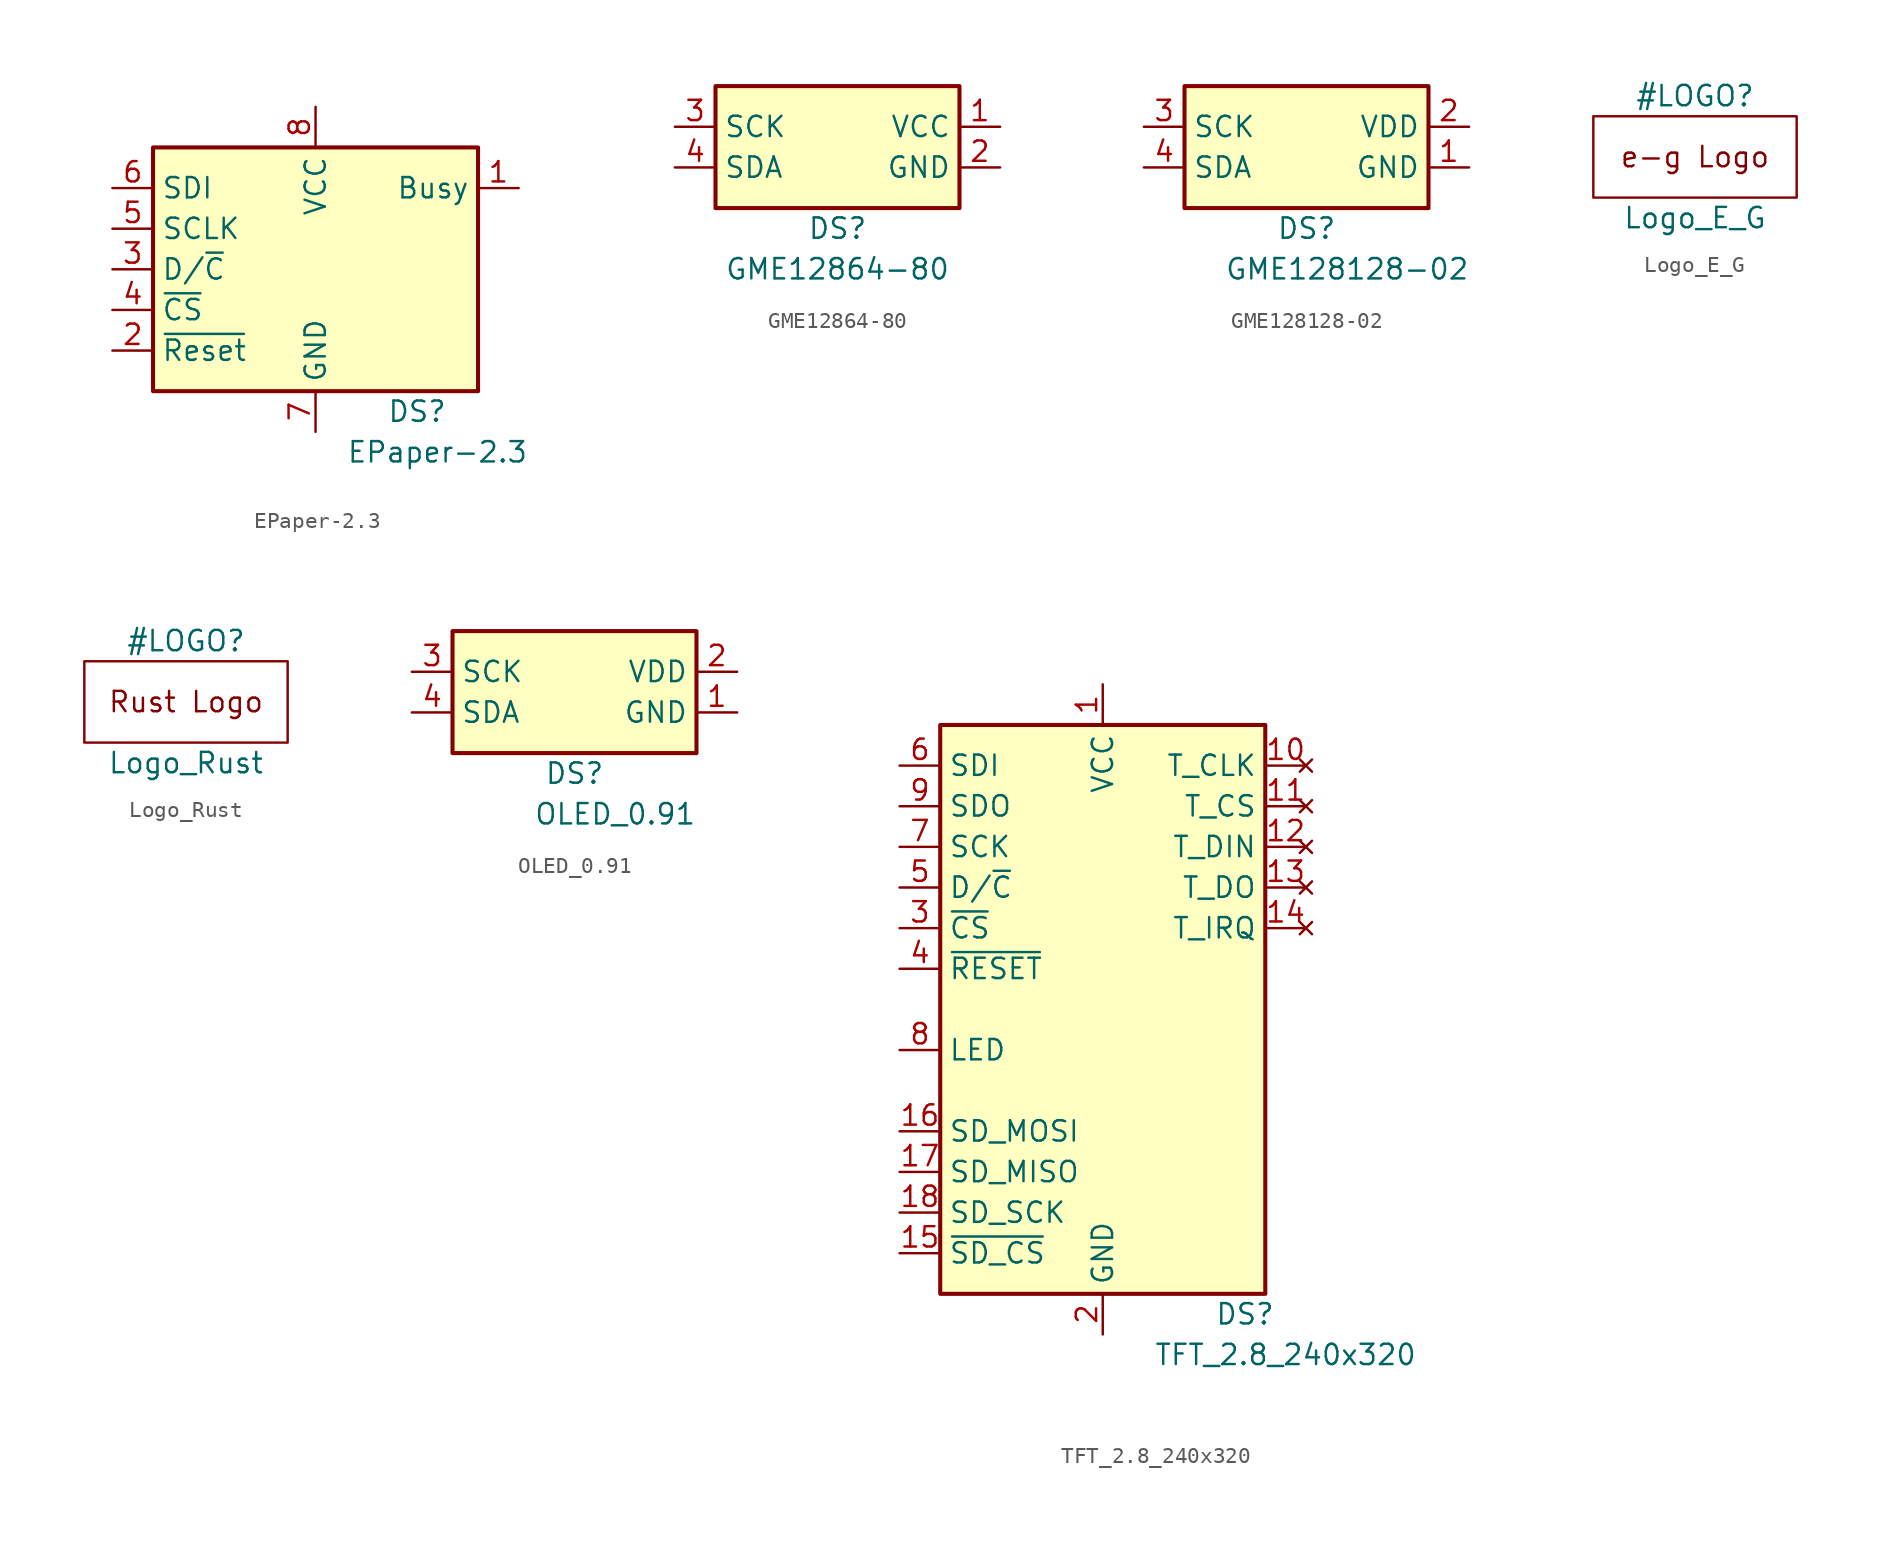
<source format=kicad_sym>
(kicad_symbol_lib
  (version 20211014)
  (generator kicad_symbol_editor)
  (symbol "EPaper-2.3"
    (property "Reference" "DS"
      (at 6.35 -8.89 0)
      (effects (font (size 1.27 1.27))))
    (property "Value" "EPaper-2.3"
      (at 7.62 -11.43 0)
      (effects (font (size 1.27 1.27))))
    (symbol "EPaper-2.3_0_1"
      (rectangle (start -10.16 7.62) (end 10.16 -7.62) (stroke (width 0.254) (type default) (color 0 0 0 0)) (fill (type background))))
    (symbol "EPaper-2.3_1_1"
      (pin output line (at 12.7 5.08 180) (length 2.54) (name "Busy" (effects (font (size 1.27 1.27)))) (number "1" (effects (font (size 1.27 1.27)))))
      (pin input line (at -12.7 -5.08 0) (length 2.54) (name "~{Reset}" (effects (font (size 1.27 1.27)))) (number "2" (effects (font (size 1.27 1.27)))))
      (pin input line (at -12.7 0 0) (length 2.54) (name "D/~{C}" (effects (font (size 1.27 1.27)))) (number "3" (effects (font (size 1.27 1.27)))))
      (pin input line (at -12.7 -2.54 0) (length 2.54) (name "~{CS}" (effects (font (size 1.27 1.27)))) (number "4" (effects (font (size 1.27 1.27)))))
      (pin input line (at -12.7 2.54 0) (length 2.54) (name "SCLK" (effects (font (size 1.27 1.27)))) (number "5" (effects (font (size 1.27 1.27)))))
      (pin input line (at -12.7 5.08 0) (length 2.54) (name "SDI" (effects (font (size 1.27 1.27)))) (number "6" (effects (font (size 1.27 1.27)))))
      (pin power_in line (at 0 -10.16 90) (length 2.54) (name "GND" (effects (font (size 1.27 1.27)))) (number "7" (effects (font (size 1.27 1.27)))))
      (pin power_in line (at 0 10.16 270) (length 2.54) (name "VCC" (effects (font (size 1.27 1.27)))) (number "8" (effects (font (size 1.27 1.27)))))))
  (symbol "GME12864-80"
    (property "Reference" "DS"
      (at 0 -3.81 0)
      (effects (font (size 1.27 1.27))))
    (property "Value" "GME12864-80"
      (at 0 -6.35 0)
      (effects (font (size 1.27 1.27))))
    (symbol "GME12864-80_0_1"
      (rectangle (start -7.62 5.08) (end 7.62 -2.54) (stroke (width 0.254) (type default) (color 0 0 0 0)) (fill (type background))))
    (symbol "GME12864-80_1_1"
      (pin power_in line (at 10.16 2.54 180) (length 2.54) (name "VCC" (effects (font (size 1.27 1.27)))) (number "1" (effects (font (size 1.27 1.27)))))
      (pin power_in line (at 10.16 0 180) (length 2.54) (name "GND" (effects (font (size 1.27 1.27)))) (number "2" (effects (font (size 1.27 1.27)))))
      (pin tri_state line (at -10.16 2.54 0) (length 2.54) (name "SCK" (effects (font (size 1.27 1.27)))) (number "3" (effects (font (size 1.27 1.27)))))
      (pin tri_state line (at -10.16 0 0) (length 2.54) (name "SDA" (effects (font (size 1.27 1.27)))) (number "4" (effects (font (size 1.27 1.27)))))))
  (symbol "GME128128-02"
    (property "Reference" "DS"
      (at 0 -3.81 0)
      (effects (font (size 1.27 1.27))))
    (property "Value" "GME128128-02"
      (at 2.54 -6.35 0)
      (effects (font (size 1.27 1.27))))
    (symbol "GME128128-02_0_1"
      (rectangle (start -7.62 5.08) (end 7.62 -2.54) (stroke (width 0.254) (type default) (color 0 0 0 0)) (fill (type background))))
    (symbol "GME128128-02_1_1"
      (pin power_in line (at 10.16 0 180) (length 2.54) (name "GND" (effects (font (size 1.27 1.27)))) (number "1" (effects (font (size 1.27 1.27)))))
      (pin power_in line (at 10.16 2.54 180) (length 2.54) (name "VDD" (effects (font (size 1.27 1.27)))) (number "2" (effects (font (size 1.27 1.27)))))
      (pin tri_state line (at -10.16 2.54 0) (length 2.54) (name "SCK" (effects (font (size 1.27 1.27)))) (number "3" (effects (font (size 1.27 1.27)))))
      (pin tri_state line (at -10.16 0 0) (length 2.54) (name "SDA" (effects (font (size 1.27 1.27)))) (number "4" (effects (font (size 1.27 1.27)))))))
  (symbol "Logo_E_G"
    (property "Reference" "#LOGO"
      (at 0 3.81 0)
      (effects (font (size 1.27 1.27))))
    (property "Value" "Logo_E_G"
      (at 0 -3.81 0)
      (effects (font (size 1.27 1.27))))
    (symbol "Logo_E_G_0_0"
      (text "e-g Logo" (at 0 0 0) (effects (font (size 1.27 1.27)))))
    (symbol "Logo_E_G_0_1"
      (rectangle (start -6.35 2.54) (end 6.35 -2.54) (stroke (width 0) (type default) (color 0 0 0 0)) (fill (type none)))))
  (symbol "Logo_Rust"
    (property "Reference" "#LOGO"
      (at 0 3.81 0)
      (effects (font (size 1.27 1.27))))
    (property "Value" "Logo_Rust"
      (at 0 -3.81 0)
      (effects (font (size 1.27 1.27))))
    (symbol "Logo_Rust_0_0"
      (text "Rust Logo" (at 0 0 0) (effects (font (size 1.27 1.27)))))
    (symbol "Logo_Rust_0_1"
      (rectangle (start -6.35 2.54) (end 6.35 -2.54) (stroke (width 0) (type default) (color 0 0 0 0)) (fill (type none)))))
  (symbol "OLED_0.91"
    (property "Reference" "DS"
      (at 0 -3.81 0)
      (effects (font (size 1.27 1.27))))
    (property "Value" "OLED_0.91"
      (at 2.54 -6.35 0)
      (effects (font (size 1.27 1.27))))
    (symbol "OLED_0.91_0_1"
      (rectangle (start -7.62 5.08) (end 7.62 -2.54) (stroke (width 0.254) (type default) (color 0 0 0 0)) (fill (type background))))
    (symbol "OLED_0.91_1_1"
      (pin power_in line (at 10.16 0 180) (length 2.54) (name "GND" (effects (font (size 1.27 1.27)))) (number "1" (effects (font (size 1.27 1.27)))))
      (pin power_in line (at 10.16 2.54 180) (length 2.54) (name "VDD" (effects (font (size 1.27 1.27)))) (number "2" (effects (font (size 1.27 1.27)))))
      (pin tri_state line (at -10.16 2.54 0) (length 2.54) (name "SCK" (effects (font (size 1.27 1.27)))) (number "3" (effects (font (size 1.27 1.27)))))
      (pin tri_state line (at -10.16 0 0) (length 2.54) (name "SDA" (effects (font (size 1.27 1.27)))) (number "4" (effects (font (size 1.27 1.27)))))))
  (symbol "TFT_2.8_240x320"
    (property "Reference" "DS"
      (at 8.89 -19.05 0)
      (effects (font (size 1.27 1.27))))
    (property "Value" "TFT_2.8_240x320"
      (at 11.43 -21.59 0)
      (effects (font (size 1.27 1.27))))
    (symbol "TFT_2.8_240x320_0_1"
      (rectangle (start -10.16 17.78) (end 10.16 -17.78) (stroke (width 0.254) (type default) (color 0 0 0 0)) (fill (type background))))
    (symbol "TFT_2.8_240x320_1_1"
      (pin power_in line (at 0 20.32 270) (length 2.54) (name "VCC" (effects (font (size 1.27 1.27)))) (number "1" (effects (font (size 1.27 1.27)))))
      (pin no_connect line (at 12.7 15.24 180) (length 2.54) (name "T_CLK" (effects (font (size 1.27 1.27)))) (number "10" (effects (font (size 1.27 1.27)))))
      (pin no_connect line (at 12.7 12.7 180) (length 2.54) (name "T_CS" (effects (font (size 1.27 1.27)))) (number "11" (effects (font (size 1.27 1.27)))))
      (pin no_connect line (at 12.7 10.16 180) (length 2.54) (name "T_DIN" (effects (font (size 1.27 1.27)))) (number "12" (effects (font (size 1.27 1.27)))))
      (pin no_connect line (at 12.7 7.62 180) (length 2.54) (name "T_DO" (effects (font (size 1.27 1.27)))) (number "13" (effects (font (size 1.27 1.27)))))
      (pin no_connect line (at 12.7 5.08 180) (length 2.54) (name "T_IRQ" (effects (font (size 1.27 1.27)))) (number "14" (effects (font (size 1.27 1.27)))))
      (pin input line (at -12.7 -15.24 0) (length 2.54) (name "~{SD_CS}" (effects (font (size 1.27 1.27)))) (number "15" (effects (font (size 1.27 1.27)))))
      (pin input line (at -12.7 -7.62 0) (length 2.54) (name "SD_MOSI" (effects (font (size 1.27 1.27)))) (number "16" (effects (font (size 1.27 1.27)))))
      (pin output line (at -12.7 -10.16 0) (length 2.54) (name "SD_MISO" (effects (font (size 1.27 1.27)))) (number "17" (effects (font (size 1.27 1.27)))))
      (pin input line (at -12.7 -12.7 0) (length 2.54) (name "SD_SCK" (effects (font (size 1.27 1.27)))) (number "18" (effects (font (size 1.27 1.27)))))
      (pin power_in line (at 0 -20.32 90) (length 2.54) (name "GND" (effects (font (size 1.27 1.27)))) (number "2" (effects (font (size 1.27 1.27)))))
      (pin input line (at -12.7 5.08 0) (length 2.54) (name "~{CS}" (effects (font (size 1.27 1.27)))) (number "3" (effects (font (size 1.27 1.27)))))
      (pin input line (at -12.7 2.54 0) (length 2.54) (name "~{RESET}" (effects (font (size 1.27 1.27)))) (number "4" (effects (font (size 1.27 1.27)))))
      (pin input line (at -12.7 7.62 0) (length 2.54) (name "D/~{C}" (effects (font (size 1.27 1.27)))) (number "5" (effects (font (size 1.27 1.27)))))
      (pin input line (at -12.7 15.24 0) (length 2.54) (name "SDI" (effects (font (size 1.27 1.27)))) (number "6" (effects (font (size 1.27 1.27)))))
      (pin input line (at -12.7 10.16 0) (length 2.54) (name "SCK" (effects (font (size 1.27 1.27)))) (number "7" (effects (font (size 1.27 1.27)))))
      (pin input line (at -12.7 -2.54 0) (length 2.54) (name "LED" (effects (font (size 1.27 1.27)))) (number "8" (effects (font (size 1.27 1.27)))))
      (pin output line (at -12.7 12.7 0) (length 2.54) (name "SDO" (effects (font (size 1.27 1.27)))) (number "9" (effects (font (size 1.27 1.27))))))))
</source>
